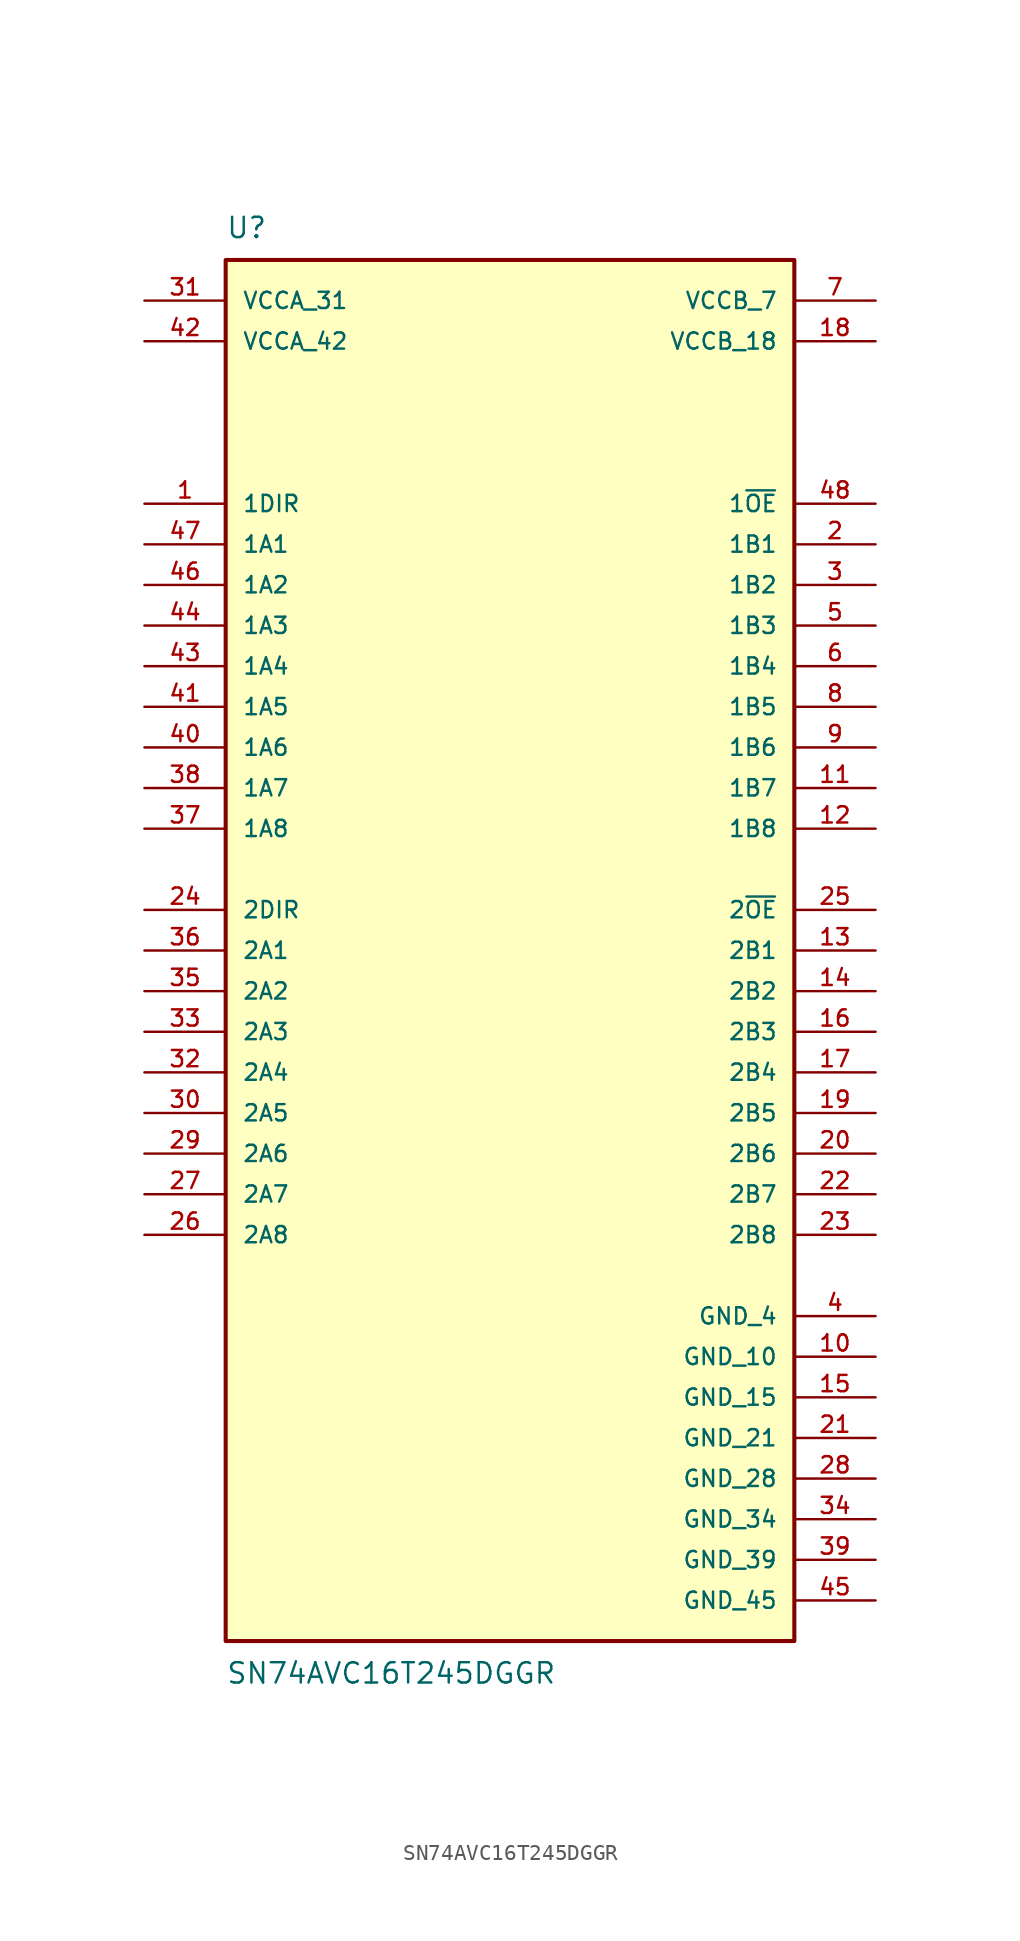
<source format=kicad_sym>
(kicad_symbol_lib
  (version 20211014)
  (generator kicad_symbol_editor)
  (symbol "SN74AVC16T245DGGR"
    (pin_names
      (offset 1.016))
    (property "Reference" "U"
      (at -17.78 44.45 0)
      (effects (font (size 1.27 1.27)) (justify bottom left)))
    (property "Value" "SN74AVC16T245DGGR"
      (at -17.78 -44.45 0)
      (effects (font (size 1.27 1.27)) (justify top left)))
    (symbol "SN74AVC16T245DGGR_0_0"
      (rectangle (start -17.78 -43.18) (end 17.78 43.18) (stroke (width 0.254)) (fill (type background)))
      (pin input line (at -22.86 27.94 0) (length 5.08) (name "1DIR" (effects (font (size 1.016 1.016)))) (number "1" (effects (font (size 1.016 1.016)))))
      (pin input line (at -22.86 2.54 0) (length 5.08) (name "2DIR" (effects (font (size 1.016 1.016)))) (number "24" (effects (font (size 1.016 1.016)))))
      (pin bidirectional line (at 22.86 25.4 180.0) (length 5.08) (name "1B1" (effects (font (size 1.016 1.016)))) (number "2" (effects (font (size 1.016 1.016)))))
      (pin bidirectional line (at 22.86 22.86 180.0) (length 5.08) (name "1B2" (effects (font (size 1.016 1.016)))) (number "3" (effects (font (size 1.016 1.016)))))
      (pin bidirectional line (at 22.86 20.32 180.0) (length 5.08) (name "1B3" (effects (font (size 1.016 1.016)))) (number "5" (effects (font (size 1.016 1.016)))))
      (pin bidirectional line (at 22.86 17.78 180.0) (length 5.08) (name "1B4" (effects (font (size 1.016 1.016)))) (number "6" (effects (font (size 1.016 1.016)))))
      (pin bidirectional line (at 22.86 15.24 180.0) (length 5.08) (name "1B5" (effects (font (size 1.016 1.016)))) (number "8" (effects (font (size 1.016 1.016)))))
      (pin bidirectional line (at 22.86 12.7 180.0) (length 5.08) (name "1B6" (effects (font (size 1.016 1.016)))) (number "9" (effects (font (size 1.016 1.016)))))
      (pin bidirectional line (at 22.86 10.16 180.0) (length 5.08) (name "1B7" (effects (font (size 1.016 1.016)))) (number "11" (effects (font (size 1.016 1.016)))))
      (pin bidirectional line (at 22.86 7.62 180.0) (length 5.08) (name "1B8" (effects (font (size 1.016 1.016)))) (number "12" (effects (font (size 1.016 1.016)))))
      (pin bidirectional line (at 22.86 0.0 180.0) (length 5.08) (name "2B1" (effects (font (size 1.016 1.016)))) (number "13" (effects (font (size 1.016 1.016)))))
      (pin bidirectional line (at 22.86 -2.54 180.0) (length 5.08) (name "2B2" (effects (font (size 1.016 1.016)))) (number "14" (effects (font (size 1.016 1.016)))))
      (pin bidirectional line (at 22.86 -5.08 180.0) (length 5.08) (name "2B3" (effects (font (size 1.016 1.016)))) (number "16" (effects (font (size 1.016 1.016)))))
      (pin bidirectional line (at 22.86 -7.62 180.0) (length 5.08) (name "2B4" (effects (font (size 1.016 1.016)))) (number "17" (effects (font (size 1.016 1.016)))))
      (pin bidirectional line (at 22.86 -10.16 180.0) (length 5.08) (name "2B5" (effects (font (size 1.016 1.016)))) (number "19" (effects (font (size 1.016 1.016)))))
      (pin bidirectional line (at 22.86 -12.7 180.0) (length 5.08) (name "2B6" (effects (font (size 1.016 1.016)))) (number "20" (effects (font (size 1.016 1.016)))))
      (pin bidirectional line (at 22.86 -15.24 180.0) (length 5.08) (name "2B7" (effects (font (size 1.016 1.016)))) (number "22" (effects (font (size 1.016 1.016)))))
      (pin bidirectional line (at 22.86 -17.78 180.0) (length 5.08) (name "2B8" (effects (font (size 1.016 1.016)))) (number "23" (effects (font (size 1.016 1.016)))))
      (pin power_in line (at 22.86 -22.86 180.0) (length 5.08) (name "GND_4" (effects (font (size 1.016 1.016)))) (number "4" (effects (font (size 1.016 1.016)))))
      (pin power_in line (at 22.86 -25.4 180.0) (length 5.08) (name "GND_10" (effects (font (size 1.016 1.016)))) (number "10" (effects (font (size 1.016 1.016)))))
      (pin power_in line (at 22.86 -27.94 180.0) (length 5.08) (name "GND_15" (effects (font (size 1.016 1.016)))) (number "15" (effects (font (size 1.016 1.016)))))
      (pin power_in line (at 22.86 -30.48 180.0) (length 5.08) (name "GND_21" (effects (font (size 1.016 1.016)))) (number "21" (effects (font (size 1.016 1.016)))))
      (pin power_in line (at 22.86 -40.64 180.0) (length 5.08) (name "GND_45" (effects (font (size 1.016 1.016)))) (number "45" (effects (font (size 1.016 1.016)))))
      (pin power_in line (at 22.86 -38.1 180.0) (length 5.08) (name "GND_39" (effects (font (size 1.016 1.016)))) (number "39" (effects (font (size 1.016 1.016)))))
      (pin power_in line (at 22.86 -35.56 180.0) (length 5.08) (name "GND_34" (effects (font (size 1.016 1.016)))) (number "34" (effects (font (size 1.016 1.016)))))
      (pin power_in line (at 22.86 -33.02 180.0) (length 5.08) (name "GND_28" (effects (font (size 1.016 1.016)))) (number "28" (effects (font (size 1.016 1.016)))))
      (pin power_in line (at 22.86 40.64 180.0) (length 5.08) (name "VCCB_7" (effects (font (size 1.016 1.016)))) (number "7" (effects (font (size 1.016 1.016)))))
      (pin power_in line (at 22.86 38.1 180.0) (length 5.08) (name "VCCB_18" (effects (font (size 1.016 1.016)))) (number "18" (effects (font (size 1.016 1.016)))))
      (pin input line (at 22.86 27.94 180.0) (length 5.08) (name "1~{OE}" (effects (font (size 1.016 1.016)))) (number "48" (effects (font (size 1.016 1.016)))))
      (pin input line (at 22.86 2.54 180.0) (length 5.08) (name "2~{OE}" (effects (font (size 1.016 1.016)))) (number "25" (effects (font (size 1.016 1.016)))))
      (pin bidirectional line (at -22.86 25.4 0) (length 5.08) (name "1A1" (effects (font (size 1.016 1.016)))) (number "47" (effects (font (size 1.016 1.016)))))
      (pin bidirectional line (at -22.86 22.86 0) (length 5.08) (name "1A2" (effects (font (size 1.016 1.016)))) (number "46" (effects (font (size 1.016 1.016)))))
      (pin bidirectional line (at -22.86 20.32 0) (length 5.08) (name "1A3" (effects (font (size 1.016 1.016)))) (number "44" (effects (font (size 1.016 1.016)))))
      (pin bidirectional line (at -22.86 17.78 0) (length 5.08) (name "1A4" (effects (font (size 1.016 1.016)))) (number "43" (effects (font (size 1.016 1.016)))))
      (pin bidirectional line (at -22.86 15.24 0) (length 5.08) (name "1A5" (effects (font (size 1.016 1.016)))) (number "41" (effects (font (size 1.016 1.016)))))
      (pin bidirectional line (at -22.86 12.7 0) (length 5.08) (name "1A6" (effects (font (size 1.016 1.016)))) (number "40" (effects (font (size 1.016 1.016)))))
      (pin bidirectional line (at -22.86 10.16 0) (length 5.08) (name "1A7" (effects (font (size 1.016 1.016)))) (number "38" (effects (font (size 1.016 1.016)))))
      (pin bidirectional line (at -22.86 7.62 0) (length 5.08) (name "1A8" (effects (font (size 1.016 1.016)))) (number "37" (effects (font (size 1.016 1.016)))))
      (pin bidirectional line (at -22.86 0.0 0) (length 5.08) (name "2A1" (effects (font (size 1.016 1.016)))) (number "36" (effects (font (size 1.016 1.016)))))
      (pin bidirectional line (at -22.86 -2.54 0) (length 5.08) (name "2A2" (effects (font (size 1.016 1.016)))) (number "35" (effects (font (size 1.016 1.016)))))
      (pin bidirectional line (at -22.86 -5.08 0) (length 5.08) (name "2A3" (effects (font (size 1.016 1.016)))) (number "33" (effects (font (size 1.016 1.016)))))
      (pin bidirectional line (at -22.86 -7.62 0) (length 5.08) (name "2A4" (effects (font (size 1.016 1.016)))) (number "32" (effects (font (size 1.016 1.016)))))
      (pin bidirectional line (at -22.86 -10.16 0) (length 5.08) (name "2A5" (effects (font (size 1.016 1.016)))) (number "30" (effects (font (size 1.016 1.016)))))
      (pin bidirectional line (at -22.86 -12.7 0) (length 5.08) (name "2A6" (effects (font (size 1.016 1.016)))) (number "29" (effects (font (size 1.016 1.016)))))
      (pin bidirectional line (at -22.86 -15.24 0) (length 5.08) (name "2A7" (effects (font (size 1.016 1.016)))) (number "27" (effects (font (size 1.016 1.016)))))
      (pin bidirectional line (at -22.86 -17.78 0) (length 5.08) (name "2A8" (effects (font (size 1.016 1.016)))) (number "26" (effects (font (size 1.016 1.016)))))
      (pin power_in line (at -22.86 38.1 0) (length 5.08) (name "VCCA_42" (effects (font (size 1.016 1.016)))) (number "42" (effects (font (size 1.016 1.016)))))
      (pin power_in line (at -22.86 40.64 0) (length 5.08) (name "VCCA_31" (effects (font (size 1.016 1.016)))) (number "31" (effects (font (size 1.016 1.016))))))))
</source>
